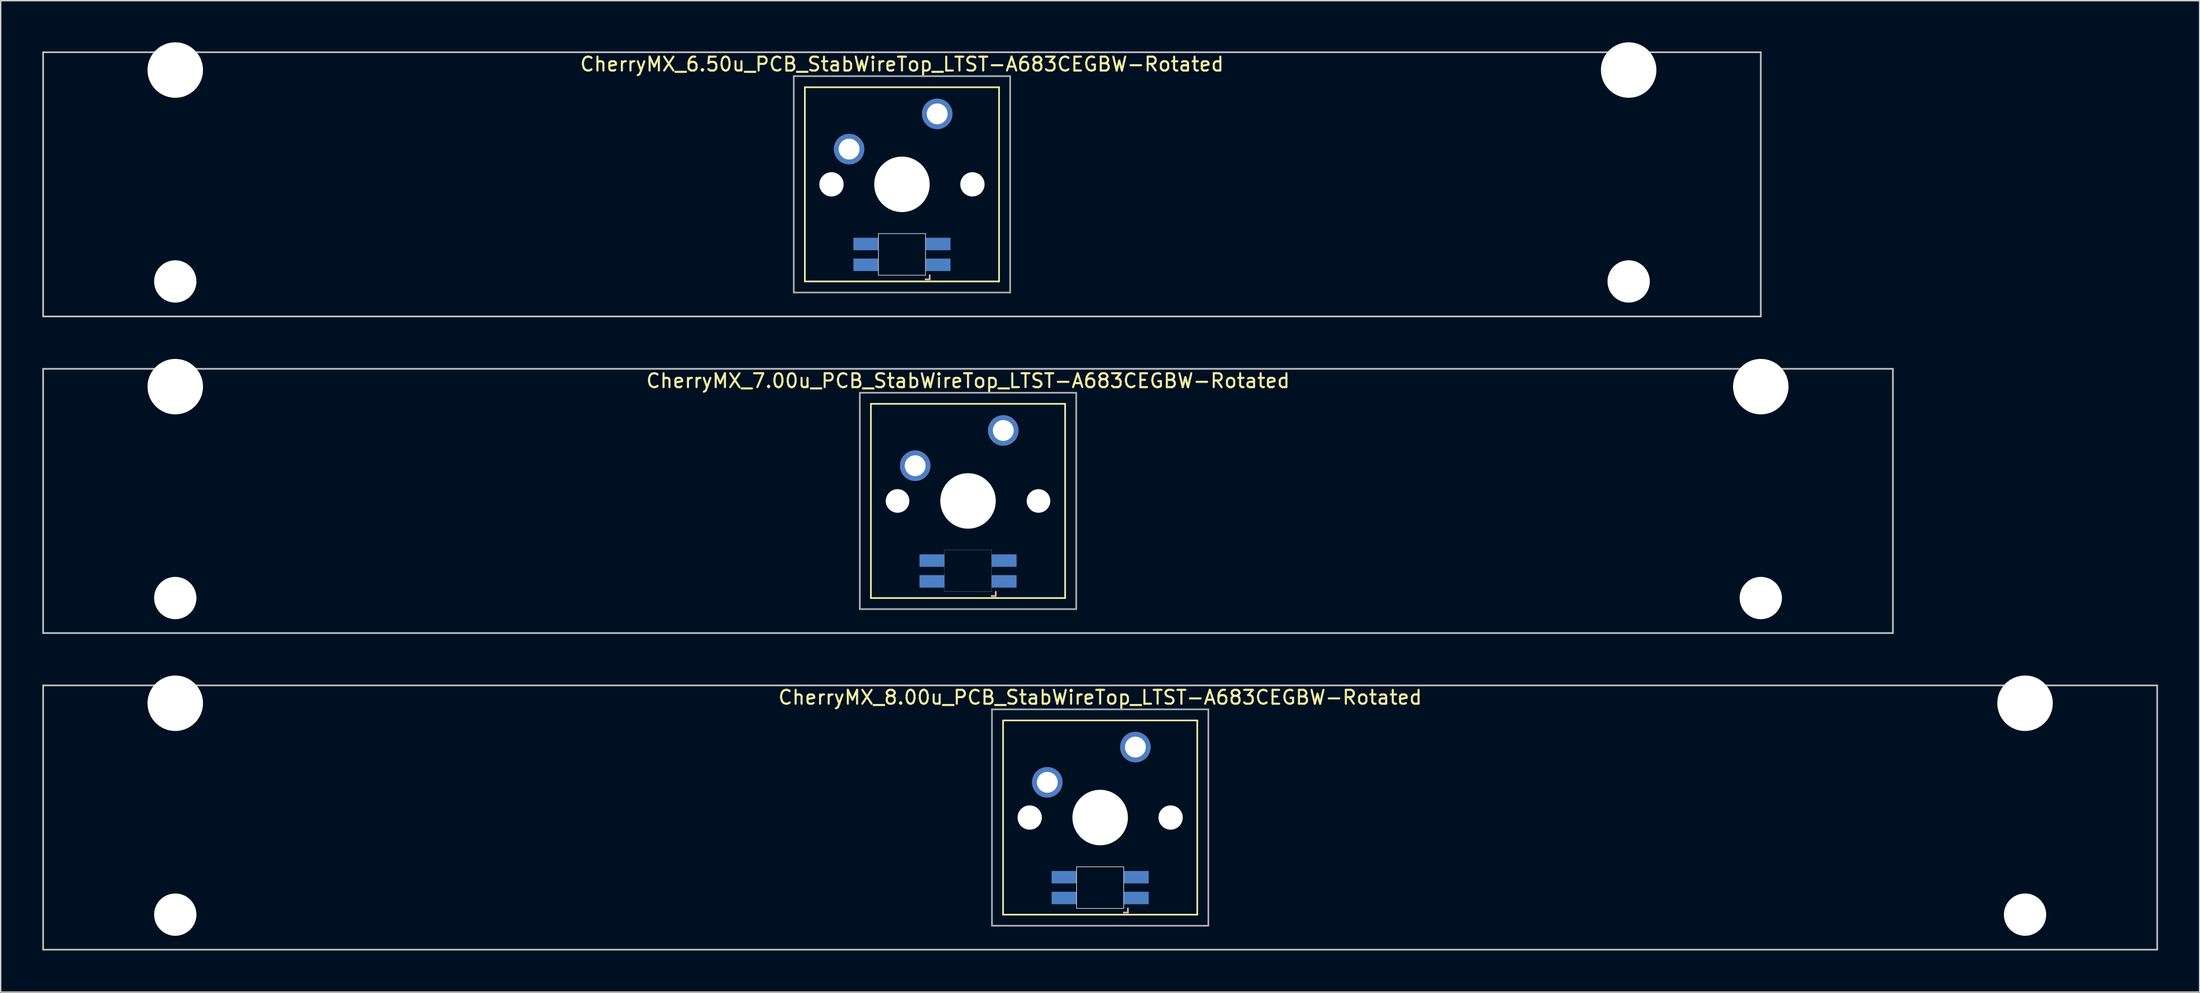
<source format=kicad_pcb>
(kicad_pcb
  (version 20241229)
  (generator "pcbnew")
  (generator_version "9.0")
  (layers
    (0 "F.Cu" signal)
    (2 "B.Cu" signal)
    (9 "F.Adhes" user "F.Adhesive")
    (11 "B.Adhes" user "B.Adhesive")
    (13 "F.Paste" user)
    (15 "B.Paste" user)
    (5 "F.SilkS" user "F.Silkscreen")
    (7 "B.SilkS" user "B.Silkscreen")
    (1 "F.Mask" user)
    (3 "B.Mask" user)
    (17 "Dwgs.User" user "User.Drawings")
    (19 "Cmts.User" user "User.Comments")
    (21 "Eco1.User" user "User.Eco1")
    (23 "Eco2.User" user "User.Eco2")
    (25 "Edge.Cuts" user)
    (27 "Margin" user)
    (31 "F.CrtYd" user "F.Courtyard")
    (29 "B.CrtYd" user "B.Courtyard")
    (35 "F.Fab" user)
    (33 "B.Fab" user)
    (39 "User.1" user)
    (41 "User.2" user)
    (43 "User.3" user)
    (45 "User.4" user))
  (footprint "CherryMX_6.50u_PCB_StabWireTop_LTST-A683CEGBW-Rotated"
    (layer "F.Cu")
    (at 61.972 10.24)
    (property "Reference" "CherryMX_6.50u_PCB_StabWireTop_LTST-A683CEGBW-Rotated" (at 0 -8.662 0) (layer "F.SilkS") (effects (font (size 1 1) (thickness 0.15))))
    (attr through_hole)
    (fp_line (start -7 -7) (end -7 7) (stroke (width 0.12) (type solid)) (layer "F.SilkS"))
    (fp_line (start -7 -7) (end 7 -7) (stroke (width 0.12) (type solid)) (layer "F.SilkS"))
    (fp_line (start 7 -7) (end 7 7) (stroke (width 0.12) (type solid)) (layer "F.SilkS"))
    (fp_line (start 7 7) (end -7 7) (stroke (width 0.12) (type solid)) (layer "F.SilkS"))
    (fp_line (start 1.7 6.85) (end 2 6.85) (stroke (width 0.12) (type solid)) (layer "B.SilkS"))
    (fp_line (start 2 6.85) (end 2 6.55) (stroke (width 0.12) (type solid)) (layer "B.SilkS"))
    (fp_line (start -61.913 -9.525) (end 61.913 -9.525) (stroke (width 0.12) (type solid)) (layer "Dwgs.User"))
    (fp_line (start -61.913 9.525) (end -61.913 -9.525) (stroke (width 0.12) (type solid)) (layer "Dwgs.User"))
    (fp_line (start 61.913 -9.525) (end 61.913 9.525) (stroke (width 0.12) (type solid)) (layer "Dwgs.User"))
    (fp_line (start 61.913 9.525) (end -61.913 9.525) (stroke (width 0.12) (type solid)) (layer "Dwgs.User"))
    (fp_line (start -1.7 3.55) (end 1.7 3.55) (stroke (width 0.05) (type solid)) (layer "Edge.Cuts"))
    (fp_line (start -1.7 6.55) (end -1.7 3.55) (stroke (width 0.05) (type solid)) (layer "Edge.Cuts"))
    (fp_line (start 1.7 3.55) (end 1.7 6.55) (stroke (width 0.05) (type solid)) (layer "Edge.Cuts"))
    (fp_line (start 1.7 6.55) (end -1.7 6.55) (stroke (width 0.05) (type solid)) (layer "Edge.Cuts"))
    (fp_line (start -7.8 -7.8) (end -7.8 7.8) (stroke (width 0.12) (type solid)) (layer "F.Fab"))
    (fp_line (start -7.8 -7.8) (end 7.8 -7.8) (stroke (width 0.12) (type solid)) (layer "F.Fab"))
    (fp_line (start -7.8 7.8) (end 7.8 7.8) (stroke (width 0.12) (type solid)) (layer "F.Fab"))
    (fp_line (start 7.8 -7.8) (end 7.8 7.8) (stroke (width 0.12) (type solid)) (layer "F.Fab"))
    (pad "" np_thru_hole circle (at -52.388 -8.24) (size 4 4) (drill 4) (layers "*.Cu" "*.Mask"))
    (pad "" np_thru_hole circle (at -52.388 7) (size 3.05 3.05) (drill 3.05) (layers "*.Cu" "*.Mask"))
    (pad "" np_thru_hole circle (at -5.08 0) (size 1.75 1.75) (drill 1.75) (layers "*.Cu" "*.Mask"))
    (pad "" np_thru_hole circle (at 0 0) (size 4 4) (drill 4) (layers "*.Cu" "*.Mask"))
    (pad "" np_thru_hole circle (at 5.08 0) (size 1.75 1.75) (drill 1.75) (layers "*.Cu" "*.Mask"))
    (pad "" np_thru_hole circle (at 52.388 -8.24) (size 4 4) (drill 4) (layers "*.Cu" "*.Mask"))
    (pad "" np_thru_hole circle (at 52.388 7) (size 3.05 3.05) (drill 3.05) (layers "*.Cu" "*.Mask"))
    (pad "1" thru_hole circle (at -3.81 -2.54) (size 2.2 2.2) (drill 1.5) (layers "*.Cu" "*.Mask"))
    (pad "2" thru_hole circle (at 2.54 -5.08) (size 2.2 2.2) (drill 1.5) (layers "*.Cu" "*.Mask"))
    (pad "3" smd rect (at 2.6 5.8 180) (size 1.8 0.9) (layers "B.Cu" "B.Mask" "B.Paste"))
    (pad "4" smd rect (at 2.6 4.3 180) (size 1.8 0.9) (layers "B.Cu" "B.Mask" "B.Paste"))
    (pad "5" smd rect (at -2.6 5.8 180) (size 1.8 0.9) (layers "B.Cu" "B.Mask" "B.Paste"))
    (pad "6" smd rect (at -2.6 4.3 180) (size 1.8 0.9) (layers "B.Cu" "B.Mask" "B.Paste")))
  (footprint "CherryMX_8.00u_PCB_StabWireTop_LTST-A683CEGBW-Rotated"
    (layer "F.Cu")
    (at 76.26 55.89)
    (property "Reference" "CherryMX_8.00u_PCB_StabWireTop_LTST-A683CEGBW-Rotated" (at 0 -8.662 0) (layer "F.SilkS") (effects (font (size 1 1) (thickness 0.15))))
    (attr through_hole)
    (fp_line (start -7 -7) (end -7 7) (stroke (width 0.12) (type solid)) (layer "F.SilkS"))
    (fp_line (start -7 -7) (end 7 -7) (stroke (width 0.12) (type solid)) (layer "F.SilkS"))
    (fp_line (start 7 -7) (end 7 7) (stroke (width 0.12) (type solid)) (layer "F.SilkS"))
    (fp_line (start 7 7) (end -7 7) (stroke (width 0.12) (type solid)) (layer "F.SilkS"))
    (fp_line (start 1.7 6.85) (end 2 6.85) (stroke (width 0.12) (type solid)) (layer "B.SilkS"))
    (fp_line (start 2 6.85) (end 2 6.55) (stroke (width 0.12) (type solid)) (layer "B.SilkS"))
    (fp_line (start -76.2 -9.525) (end 76.2 -9.525) (stroke (width 0.12) (type solid)) (layer "Dwgs.User"))
    (fp_line (start -76.2 9.525) (end -76.2 -9.525) (stroke (width 0.12) (type solid)) (layer "Dwgs.User"))
    (fp_line (start 76.2 -9.525) (end 76.2 9.525) (stroke (width 0.12) (type solid)) (layer "Dwgs.User"))
    (fp_line (start 76.2 9.525) (end -76.2 9.525) (stroke (width 0.12) (type solid)) (layer "Dwgs.User"))
    (fp_line (start -1.7 3.55) (end 1.7 3.55) (stroke (width 0.05) (type solid)) (layer "Edge.Cuts"))
    (fp_line (start -1.7 6.55) (end -1.7 3.55) (stroke (width 0.05) (type solid)) (layer "Edge.Cuts"))
    (fp_line (start 1.7 3.55) (end 1.7 6.55) (stroke (width 0.05) (type solid)) (layer "Edge.Cuts"))
    (fp_line (start 1.7 6.55) (end -1.7 6.55) (stroke (width 0.05) (type solid)) (layer "Edge.Cuts"))
    (fp_line (start -7.8 -7.8) (end -7.8 7.8) (stroke (width 0.12) (type solid)) (layer "F.Fab"))
    (fp_line (start -7.8 -7.8) (end 7.8 -7.8) (stroke (width 0.12) (type solid)) (layer "F.Fab"))
    (fp_line (start -7.8 7.8) (end 7.8 7.8) (stroke (width 0.12) (type solid)) (layer "F.Fab"))
    (fp_line (start 7.8 -7.8) (end 7.8 7.8) (stroke (width 0.12) (type solid)) (layer "F.Fab"))
    (pad "" np_thru_hole circle (at -66.675 -8.24) (size 4 4) (drill 4) (layers "*.Cu" "*.Mask"))
    (pad "" np_thru_hole circle (at -66.675 7) (size 3.05 3.05) (drill 3.05) (layers "*.Cu" "*.Mask"))
    (pad "" np_thru_hole circle (at -5.08 0) (size 1.75 1.75) (drill 1.75) (layers "*.Cu" "*.Mask"))
    (pad "" np_thru_hole circle (at 0 0) (size 4 4) (drill 4) (layers "*.Cu" "*.Mask"))
    (pad "" np_thru_hole circle (at 5.08 0) (size 1.75 1.75) (drill 1.75) (layers "*.Cu" "*.Mask"))
    (pad "" np_thru_hole circle (at 66.675 -8.24) (size 4 4) (drill 4) (layers "*.Cu" "*.Mask"))
    (pad "" np_thru_hole circle (at 66.675 7) (size 3.05 3.05) (drill 3.05) (layers "*.Cu" "*.Mask"))
    (pad "1" thru_hole circle (at -3.81 -2.54) (size 2.2 2.2) (drill 1.5) (layers "*.Cu" "*.Mask"))
    (pad "2" thru_hole circle (at 2.54 -5.08) (size 2.2 2.2) (drill 1.5) (layers "*.Cu" "*.Mask"))
    (pad "3" smd rect (at 2.6 5.8 180) (size 1.8 0.9) (layers "B.Cu" "B.Mask" "B.Paste"))
    (pad "4" smd rect (at 2.6 4.3 180) (size 1.8 0.9) (layers "B.Cu" "B.Mask" "B.Paste"))
    (pad "5" smd rect (at -2.6 5.8 180) (size 1.8 0.9) (layers "B.Cu" "B.Mask" "B.Paste"))
    (pad "6" smd rect (at -2.6 4.3 180) (size 1.8 0.9) (layers "B.Cu" "B.Mask" "B.Paste")))
  (footprint "CherryMX_7.00u_PCB_StabWireTop_LTST-A683CEGBW-Rotated"
    (layer "F.Cu")
    (at 66.735 33.065)
    (property "Reference" "CherryMX_7.00u_PCB_StabWireTop_LTST-A683CEGBW-Rotated" (at 0 -8.662 0) (layer "F.SilkS") (effects (font (size 1 1) (thickness 0.15))))
    (attr through_hole)
    (fp_line (start -7 -7) (end -7 7) (stroke (width 0.12) (type solid)) (layer "F.SilkS"))
    (fp_line (start -7 -7) (end 7 -7) (stroke (width 0.12) (type solid)) (layer "F.SilkS"))
    (fp_line (start 7 -7) (end 7 7) (stroke (width 0.12) (type solid)) (layer "F.SilkS"))
    (fp_line (start 7 7) (end -7 7) (stroke (width 0.12) (type solid)) (layer "F.SilkS"))
    (fp_line (start 1.7 6.85) (end 2 6.85) (stroke (width 0.12) (type solid)) (layer "B.SilkS"))
    (fp_line (start 2 6.85) (end 2 6.55) (stroke (width 0.12) (type solid)) (layer "B.SilkS"))
    (fp_line (start -66.675 -9.525) (end 66.675 -9.525) (stroke (width 0.12) (type solid)) (layer "Dwgs.User"))
    (fp_line (start -66.675 9.525) (end -66.675 -9.525) (stroke (width 0.12) (type solid)) (layer "Dwgs.User"))
    (fp_line (start 66.675 -9.525) (end 66.675 9.525) (stroke (width 0.12) (type solid)) (layer "Dwgs.User"))
    (fp_line (start 66.675 9.525) (end -66.675 9.525) (stroke (width 0.12) (type solid)) (layer "Dwgs.User"))
    (fp_poly (pts (xy -1.7 3.55) (xy 1.7 3.55) (xy 1.7 6.55) (xy -1.7 6.55)) (stroke (width 0.01) (type solid)) (fill no) (layer "Edge.Cuts"))
    (fp_line (start -7.8 -7.8) (end -7.8 7.8) (stroke (width 0.12) (type solid)) (layer "F.Fab"))
    (fp_line (start -7.8 -7.8) (end 7.8 -7.8) (stroke (width 0.12) (type solid)) (layer "F.Fab"))
    (fp_line (start -7.8 7.8) (end 7.8 7.8) (stroke (width 0.12) (type solid)) (layer "F.Fab"))
    (fp_line (start 7.8 -7.8) (end 7.8 7.8) (stroke (width 0.12) (type solid)) (layer "F.Fab"))
    (pad "" np_thru_hole circle (at -57.15 -8.24) (size 4 4) (drill 4) (layers "*.Cu" "*.Mask"))
    (pad "" np_thru_hole circle (at -57.15 7) (size 3.05 3.05) (drill 3.05) (layers "*.Cu" "*.Mask"))
    (pad "" np_thru_hole circle (at -5.08 0) (size 1.7 1.7) (drill 1.7) (layers "*.Cu" "*.Mask"))
    (pad "" np_thru_hole circle (at 0 0) (size 4 4) (drill 4) (layers "*.Cu" "*.Mask"))
    (pad "" np_thru_hole circle (at 5.08 0) (size 1.7 1.7) (drill 1.7) (layers "*.Cu" "*.Mask"))
    (pad "" np_thru_hole circle (at 57.15 -8.24) (size 4 4) (drill 4) (layers "*.Cu" "*.Mask"))
    (pad "" np_thru_hole circle (at 57.15 7) (size 3.05 3.05) (drill 3.05) (layers "*.Cu" "*.Mask"))
    (pad "1" thru_hole circle (at -3.81 -2.54) (size 2.2 2.2) (drill 1.5) (layers "*.Cu" "*.Mask"))
    (pad "2" thru_hole circle (at 2.54 -5.08) (size 2.2 2.2) (drill 1.5) (layers "*.Cu" "*.Mask"))
    (pad "3" smd rect (at 2.6 5.8 180) (size 1.8 0.9) (layers "B.Cu" "B.Mask" "B.Paste"))
    (pad "4" smd rect (at 2.6 4.3 180) (size 1.8 0.9) (layers "B.Cu" "B.Mask" "B.Paste"))
    (pad "5" smd rect (at -2.6 5.8 180) (size 1.8 0.9) (layers "B.Cu" "B.Mask" "B.Paste"))
    (pad "6" smd rect (at -2.6 4.3 180) (size 1.8 0.9) (layers "B.Cu" "B.Mask" "B.Paste")))
  (gr_rect
    (start -3 -3)
    (end 155.52 68.475)
    (stroke (width 0.1) (type default))
    (fill no)
    (layer "Edge.Cuts")))
</source>
